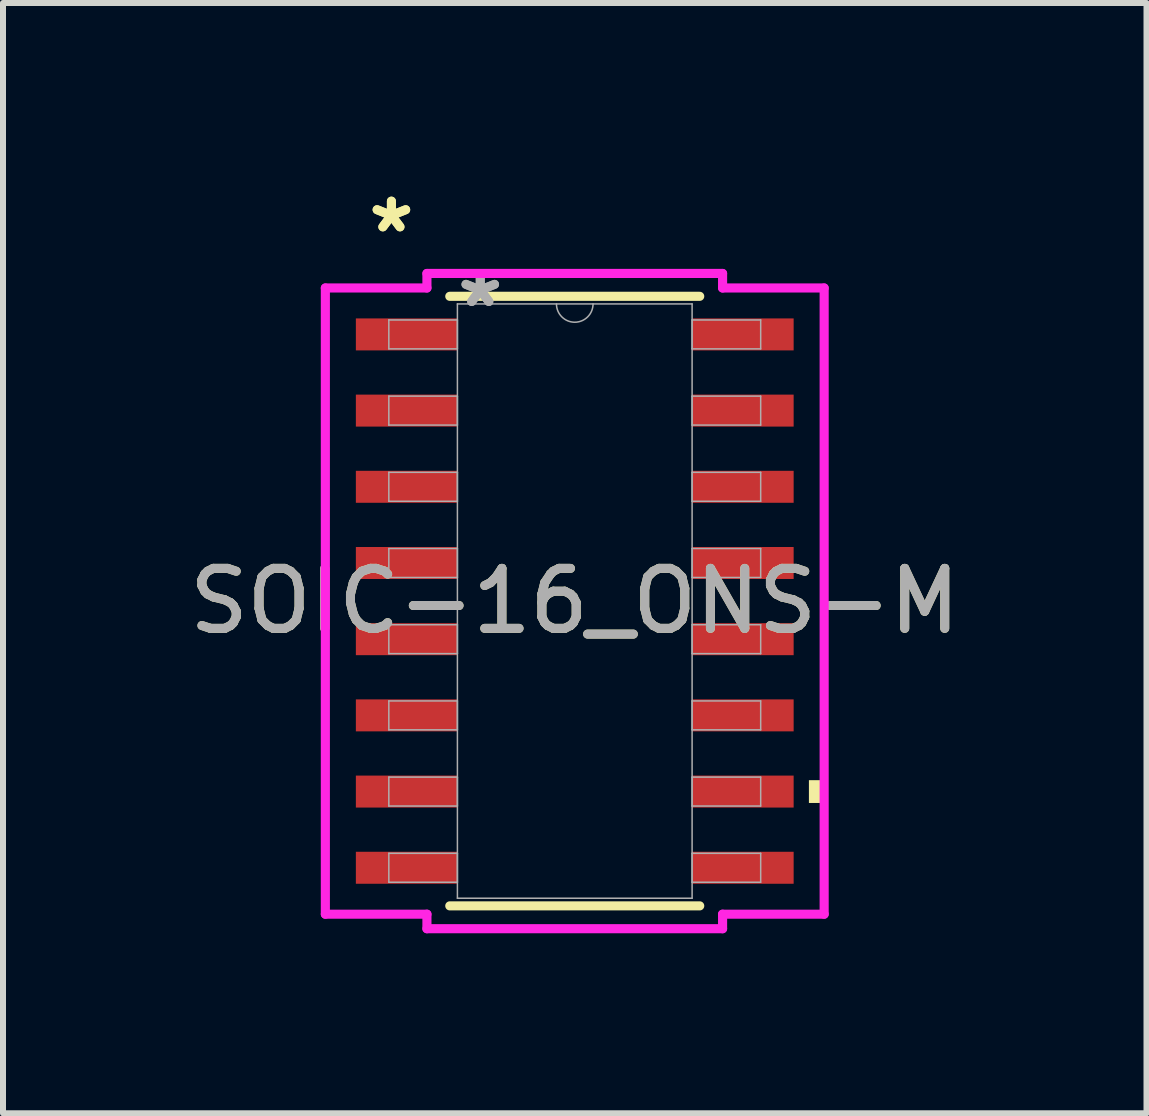
<source format=kicad_pcb>
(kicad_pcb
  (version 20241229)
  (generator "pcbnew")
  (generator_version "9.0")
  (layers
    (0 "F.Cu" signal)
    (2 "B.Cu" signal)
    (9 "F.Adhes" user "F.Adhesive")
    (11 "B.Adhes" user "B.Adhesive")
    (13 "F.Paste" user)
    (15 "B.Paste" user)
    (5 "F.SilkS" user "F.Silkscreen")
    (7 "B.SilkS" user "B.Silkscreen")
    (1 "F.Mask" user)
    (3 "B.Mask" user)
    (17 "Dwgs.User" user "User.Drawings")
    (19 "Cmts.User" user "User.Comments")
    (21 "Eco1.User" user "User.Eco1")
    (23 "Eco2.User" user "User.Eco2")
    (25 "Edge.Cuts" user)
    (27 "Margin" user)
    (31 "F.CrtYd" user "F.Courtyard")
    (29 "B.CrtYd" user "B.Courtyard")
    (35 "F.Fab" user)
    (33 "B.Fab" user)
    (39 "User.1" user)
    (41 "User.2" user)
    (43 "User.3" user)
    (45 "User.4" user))
  (footprint "SOIC-16_ONS-M"
    (layer "F.Cu")
    (at 6.53 6.969)
    (property "Reference" "SOIC-16_ONS-M" (at 0 0 0) (unlocked yes) (layer "F.SilkS") (effects (font (size 1 1) (thickness 0.15))))
    (attr smd)
    (fp_line (start -2.083 5.08) (end 2.083 5.08) (stroke (width 0.152) (type solid)) (layer "F.SilkS"))
    (fp_line (start 2.083 -5.08) (end -2.083 -5.08) (stroke (width 0.152) (type solid)) (layer "F.SilkS"))
    (fp_poly (pts (xy 4.157 2.985) (xy 4.157 3.365) (xy 3.903 3.365) (xy 3.903 2.985)) (stroke (width 0) (type solid)) (fill yes) (layer "F.SilkS"))
    (fp_line (start -4.157 -5.219) (end -2.464 -5.219) (stroke (width 0.152) (type solid)) (layer "F.CrtYd"))
    (fp_line (start -4.157 5.219) (end -4.157 -5.219) (stroke (width 0.152) (type solid)) (layer "F.CrtYd"))
    (fp_line (start -4.157 5.219) (end -2.464 5.219) (stroke (width 0.152) (type solid)) (layer "F.CrtYd"))
    (fp_line (start -2.464 -5.461) (end 2.464 -5.461) (stroke (width 0.152) (type solid)) (layer "F.CrtYd"))
    (fp_line (start -2.464 -5.219) (end -2.464 -5.461) (stroke (width 0.152) (type solid)) (layer "F.CrtYd"))
    (fp_line (start -2.464 5.461) (end -2.464 5.219) (stroke (width 0.152) (type solid)) (layer "F.CrtYd"))
    (fp_line (start 2.464 -5.461) (end 2.464 -5.219) (stroke (width 0.152) (type solid)) (layer "F.CrtYd"))
    (fp_line (start 2.464 5.219) (end 2.464 5.461) (stroke (width 0.152) (type solid)) (layer "F.CrtYd"))
    (fp_line (start 2.464 5.461) (end -2.464 5.461) (stroke (width 0.152) (type solid)) (layer "F.CrtYd"))
    (fp_line (start 4.157 -5.219) (end 2.464 -5.219) (stroke (width 0.152) (type solid)) (layer "F.CrtYd"))
    (fp_line (start 4.157 -5.219) (end 4.157 5.219) (stroke (width 0.152) (type solid)) (layer "F.CrtYd"))
    (fp_line (start 4.157 5.219) (end 2.464 5.219) (stroke (width 0.152) (type solid)) (layer "F.CrtYd"))
    (fp_line (start -3.099 -4.686) (end -3.099 -4.204) (stroke (width 0.025) (type solid)) (layer "F.Fab"))
    (fp_line (start -3.099 -4.204) (end -1.956 -4.204) (stroke (width 0.025) (type solid)) (layer "F.Fab"))
    (fp_line (start -3.099 -3.416) (end -3.099 -2.934) (stroke (width 0.025) (type solid)) (layer "F.Fab"))
    (fp_line (start -3.099 -2.934) (end -1.956 -2.934) (stroke (width 0.025) (type solid)) (layer "F.Fab"))
    (fp_line (start -3.099 -2.146) (end -3.099 -1.664) (stroke (width 0.025) (type solid)) (layer "F.Fab"))
    (fp_line (start -3.099 -1.664) (end -1.956 -1.664) (stroke (width 0.025) (type solid)) (layer "F.Fab"))
    (fp_line (start -3.099 -0.876) (end -3.099 -0.394) (stroke (width 0.025) (type solid)) (layer "F.Fab"))
    (fp_line (start -3.099 -0.394) (end -1.956 -0.394) (stroke (width 0.025) (type solid)) (layer "F.Fab"))
    (fp_line (start -3.099 0.394) (end -3.099 0.876) (stroke (width 0.025) (type solid)) (layer "F.Fab"))
    (fp_line (start -3.099 0.876) (end -1.956 0.876) (stroke (width 0.025) (type solid)) (layer "F.Fab"))
    (fp_line (start -3.099 1.664) (end -3.099 2.146) (stroke (width 0.025) (type solid)) (layer "F.Fab"))
    (fp_line (start -3.099 2.146) (end -1.956 2.146) (stroke (width 0.025) (type solid)) (layer "F.Fab"))
    (fp_line (start -3.099 2.934) (end -3.099 3.416) (stroke (width 0.025) (type solid)) (layer "F.Fab"))
    (fp_line (start -3.099 3.416) (end -1.956 3.416) (stroke (width 0.025) (type solid)) (layer "F.Fab"))
    (fp_line (start -3.099 4.204) (end -3.099 4.686) (stroke (width 0.025) (type solid)) (layer "F.Fab"))
    (fp_line (start -3.099 4.686) (end -1.956 4.686) (stroke (width 0.025) (type solid)) (layer "F.Fab"))
    (fp_line (start -1.956 -4.953) (end -1.956 4.953) (stroke (width 0.025) (type solid)) (layer "F.Fab"))
    (fp_line (start -1.956 -4.686) (end -3.099 -4.686) (stroke (width 0.025) (type solid)) (layer "F.Fab"))
    (fp_line (start -1.956 -4.204) (end -1.956 -4.686) (stroke (width 0.025) (type solid)) (layer "F.Fab"))
    (fp_line (start -1.956 -3.416) (end -3.099 -3.416) (stroke (width 0.025) (type solid)) (layer "F.Fab"))
    (fp_line (start -1.956 -2.934) (end -1.956 -3.416) (stroke (width 0.025) (type solid)) (layer "F.Fab"))
    (fp_line (start -1.956 -2.146) (end -3.099 -2.146) (stroke (width 0.025) (type solid)) (layer "F.Fab"))
    (fp_line (start -1.956 -1.664) (end -1.956 -2.146) (stroke (width 0.025) (type solid)) (layer "F.Fab"))
    (fp_line (start -1.956 -0.876) (end -3.099 -0.876) (stroke (width 0.025) (type solid)) (layer "F.Fab"))
    (fp_line (start -1.956 -0.394) (end -1.956 -0.876) (stroke (width 0.025) (type solid)) (layer "F.Fab"))
    (fp_line (start -1.956 0.394) (end -3.099 0.394) (stroke (width 0.025) (type solid)) (layer "F.Fab"))
    (fp_line (start -1.956 0.876) (end -1.956 0.394) (stroke (width 0.025) (type solid)) (layer "F.Fab"))
    (fp_line (start -1.956 1.664) (end -3.099 1.664) (stroke (width 0.025) (type solid)) (layer "F.Fab"))
    (fp_line (start -1.956 2.146) (end -1.956 1.664) (stroke (width 0.025) (type solid)) (layer "F.Fab"))
    (fp_line (start -1.956 2.934) (end -3.099 2.934) (stroke (width 0.025) (type solid)) (layer "F.Fab"))
    (fp_line (start -1.956 3.416) (end -1.956 2.934) (stroke (width 0.025) (type solid)) (layer "F.Fab"))
    (fp_line (start -1.956 4.204) (end -3.099 4.204) (stroke (width 0.025) (type solid)) (layer "F.Fab"))
    (fp_line (start -1.956 4.686) (end -1.956 4.204) (stroke (width 0.025) (type solid)) (layer "F.Fab"))
    (fp_line (start -1.956 4.953) (end 1.956 4.953) (stroke (width 0.025) (type solid)) (layer "F.Fab"))
    (fp_line (start 1.956 -4.953) (end -1.956 -4.953) (stroke (width 0.025) (type solid)) (layer "F.Fab"))
    (fp_line (start 1.956 -4.686) (end 1.956 -4.204) (stroke (width 0.025) (type solid)) (layer "F.Fab"))
    (fp_line (start 1.956 -4.204) (end 3.099 -4.204) (stroke (width 0.025) (type solid)) (layer "F.Fab"))
    (fp_line (start 1.956 -3.416) (end 1.956 -2.934) (stroke (width 0.025) (type solid)) (layer "F.Fab"))
    (fp_line (start 1.956 -2.934) (end 3.099 -2.934) (stroke (width 0.025) (type solid)) (layer "F.Fab"))
    (fp_line (start 1.956 -2.146) (end 1.956 -1.664) (stroke (width 0.025) (type solid)) (layer "F.Fab"))
    (fp_line (start 1.956 -1.664) (end 3.099 -1.664) (stroke (width 0.025) (type solid)) (layer "F.Fab"))
    (fp_line (start 1.956 -0.876) (end 1.956 -0.394) (stroke (width 0.025) (type solid)) (layer "F.Fab"))
    (fp_line (start 1.956 -0.394) (end 3.099 -0.394) (stroke (width 0.025) (type solid)) (layer "F.Fab"))
    (fp_line (start 1.956 0.394) (end 1.956 0.876) (stroke (width 0.025) (type solid)) (layer "F.Fab"))
    (fp_line (start 1.956 0.876) (end 3.099 0.876) (stroke (width 0.025) (type solid)) (layer "F.Fab"))
    (fp_line (start 1.956 1.664) (end 1.956 2.146) (stroke (width 0.025) (type solid)) (layer "F.Fab"))
    (fp_line (start 1.956 2.146) (end 3.099 2.146) (stroke (width 0.025) (type solid)) (layer "F.Fab"))
    (fp_line (start 1.956 2.934) (end 1.956 3.416) (stroke (width 0.025) (type solid)) (layer "F.Fab"))
    (fp_line (start 1.956 3.416) (end 3.099 3.416) (stroke (width 0.025) (type solid)) (layer "F.Fab"))
    (fp_line (start 1.956 4.204) (end 1.956 4.686) (stroke (width 0.025) (type solid)) (layer "F.Fab"))
    (fp_line (start 1.956 4.686) (end 3.099 4.686) (stroke (width 0.025) (type solid)) (layer "F.Fab"))
    (fp_line (start 1.956 4.953) (end 1.956 -4.953) (stroke (width 0.025) (type solid)) (layer "F.Fab"))
    (fp_line (start 3.099 -4.686) (end 1.956 -4.686) (stroke (width 0.025) (type solid)) (layer "F.Fab"))
    (fp_line (start 3.099 -4.204) (end 3.099 -4.686) (stroke (width 0.025) (type solid)) (layer "F.Fab"))
    (fp_line (start 3.099 -3.416) (end 1.956 -3.416) (stroke (width 0.025) (type solid)) (layer "F.Fab"))
    (fp_line (start 3.099 -2.934) (end 3.099 -3.416) (stroke (width 0.025) (type solid)) (layer "F.Fab"))
    (fp_line (start 3.099 -2.146) (end 1.956 -2.146) (stroke (width 0.025) (type solid)) (layer "F.Fab"))
    (fp_line (start 3.099 -1.664) (end 3.099 -2.146) (stroke (width 0.025) (type solid)) (layer "F.Fab"))
    (fp_line (start 3.099 -0.876) (end 1.956 -0.876) (stroke (width 0.025) (type solid)) (layer "F.Fab"))
    (fp_line (start 3.099 -0.394) (end 3.099 -0.876) (stroke (width 0.025) (type solid)) (layer "F.Fab"))
    (fp_line (start 3.099 0.394) (end 1.956 0.394) (stroke (width 0.025) (type solid)) (layer "F.Fab"))
    (fp_line (start 3.099 0.876) (end 3.099 0.394) (stroke (width 0.025) (type solid)) (layer "F.Fab"))
    (fp_line (start 3.099 1.664) (end 1.956 1.664) (stroke (width 0.025) (type solid)) (layer "F.Fab"))
    (fp_line (start 3.099 2.146) (end 3.099 1.664) (stroke (width 0.025) (type solid)) (layer "F.Fab"))
    (fp_line (start 3.099 2.934) (end 1.956 2.934) (stroke (width 0.025) (type solid)) (layer "F.Fab"))
    (fp_line (start 3.099 3.416) (end 3.099 2.934) (stroke (width 0.025) (type solid)) (layer "F.Fab"))
    (fp_line (start 3.099 4.204) (end 1.956 4.204) (stroke (width 0.025) (type solid)) (layer "F.Fab"))
    (fp_line (start 3.099 4.686) (end 3.099 4.204) (stroke (width 0.025) (type solid)) (layer "F.Fab"))
    (fp_arc (start 0.3048 -4.953) (mid 0 -4.6482) (end -0.3048 -4.953) (stroke (width 0.0254) (type solid)) (layer "F.Fab"))
    (fp_text user "*" (at -3.056 -6.121 0) (unlocked yes) (layer "F.SilkS") (effects (font (size 1 1) (thickness 0.15))))
    (fp_text user "*" (at -3.056 -6.121 0) (layer "F.SilkS") (effects (font (size 1 1) (thickness 0.15))))
    (fp_text user "${REFERENCE}" (at 0 0 0) (unlocked yes) (layer "F.Fab") (effects (font (size 1 1) (thickness 0.15))))
    (fp_text user "*" (at -1.575 -4.877 0) (layer "F.Fab") (effects (font (size 1 1) (thickness 0.15))))
    (fp_text user "*" (at -1.575 -4.877 0) (unlocked yes) (layer "F.Fab") (effects (font (size 1 1) (thickness 0.15))))
    (pad "1" smd rect (at -2.802 -4.445) (size 1.693 0.533) (layers "F.Cu" "F.Mask" "F.Paste"))
    (pad "2" smd rect (at -2.802 -3.175) (size 1.693 0.533) (layers "F.Cu" "F.Mask" "F.Paste"))
    (pad "3" smd rect (at -2.802 -1.905) (size 1.693 0.533) (layers "F.Cu" "F.Mask" "F.Paste"))
    (pad "4" smd rect (at -2.802 -0.635) (size 1.693 0.533) (layers "F.Cu" "F.Mask" "F.Paste"))
    (pad "5" smd rect (at -2.802 0.635) (size 1.693 0.533) (layers "F.Cu" "F.Mask" "F.Paste"))
    (pad "6" smd rect (at -2.802 1.905) (size 1.693 0.533) (layers "F.Cu" "F.Mask" "F.Paste"))
    (pad "7" smd rect (at -2.802 3.175) (size 1.693 0.533) (layers "F.Cu" "F.Mask" "F.Paste"))
    (pad "8" smd rect (at -2.802 4.445) (size 1.693 0.533) (layers "F.Cu" "F.Mask" "F.Paste"))
    (pad "9" smd rect (at 2.802 4.445) (size 1.693 0.533) (layers "F.Cu" "F.Mask" "F.Paste"))
    (pad "10" smd rect (at 2.802 3.175) (size 1.693 0.533) (layers "F.Cu" "F.Mask" "F.Paste"))
    (pad "11" smd rect (at 2.802 1.905) (size 1.693 0.533) (layers "F.Cu" "F.Mask" "F.Paste"))
    (pad "12" smd rect (at 2.802 0.635) (size 1.693 0.533) (layers "F.Cu" "F.Mask" "F.Paste"))
    (pad "13" smd rect (at 2.802 -0.635) (size 1.693 0.533) (layers "F.Cu" "F.Mask" "F.Paste"))
    (pad "14" smd rect (at 2.802 -1.905) (size 1.693 0.533) (layers "F.Cu" "F.Mask" "F.Paste"))
    (pad "15" smd rect (at 2.802 -3.175) (size 1.693 0.533) (layers "F.Cu" "F.Mask" "F.Paste"))
    (pad "16" smd rect (at 2.802 -4.445) (size 1.693 0.533) (layers "F.Cu" "F.Mask" "F.Paste")))
  (gr_rect
    (start -3 -3)
    (end 16.06 15.506)
    (stroke (width 0.1) (type default))
    (fill no)
    (layer "Edge.Cuts")))
</source>
